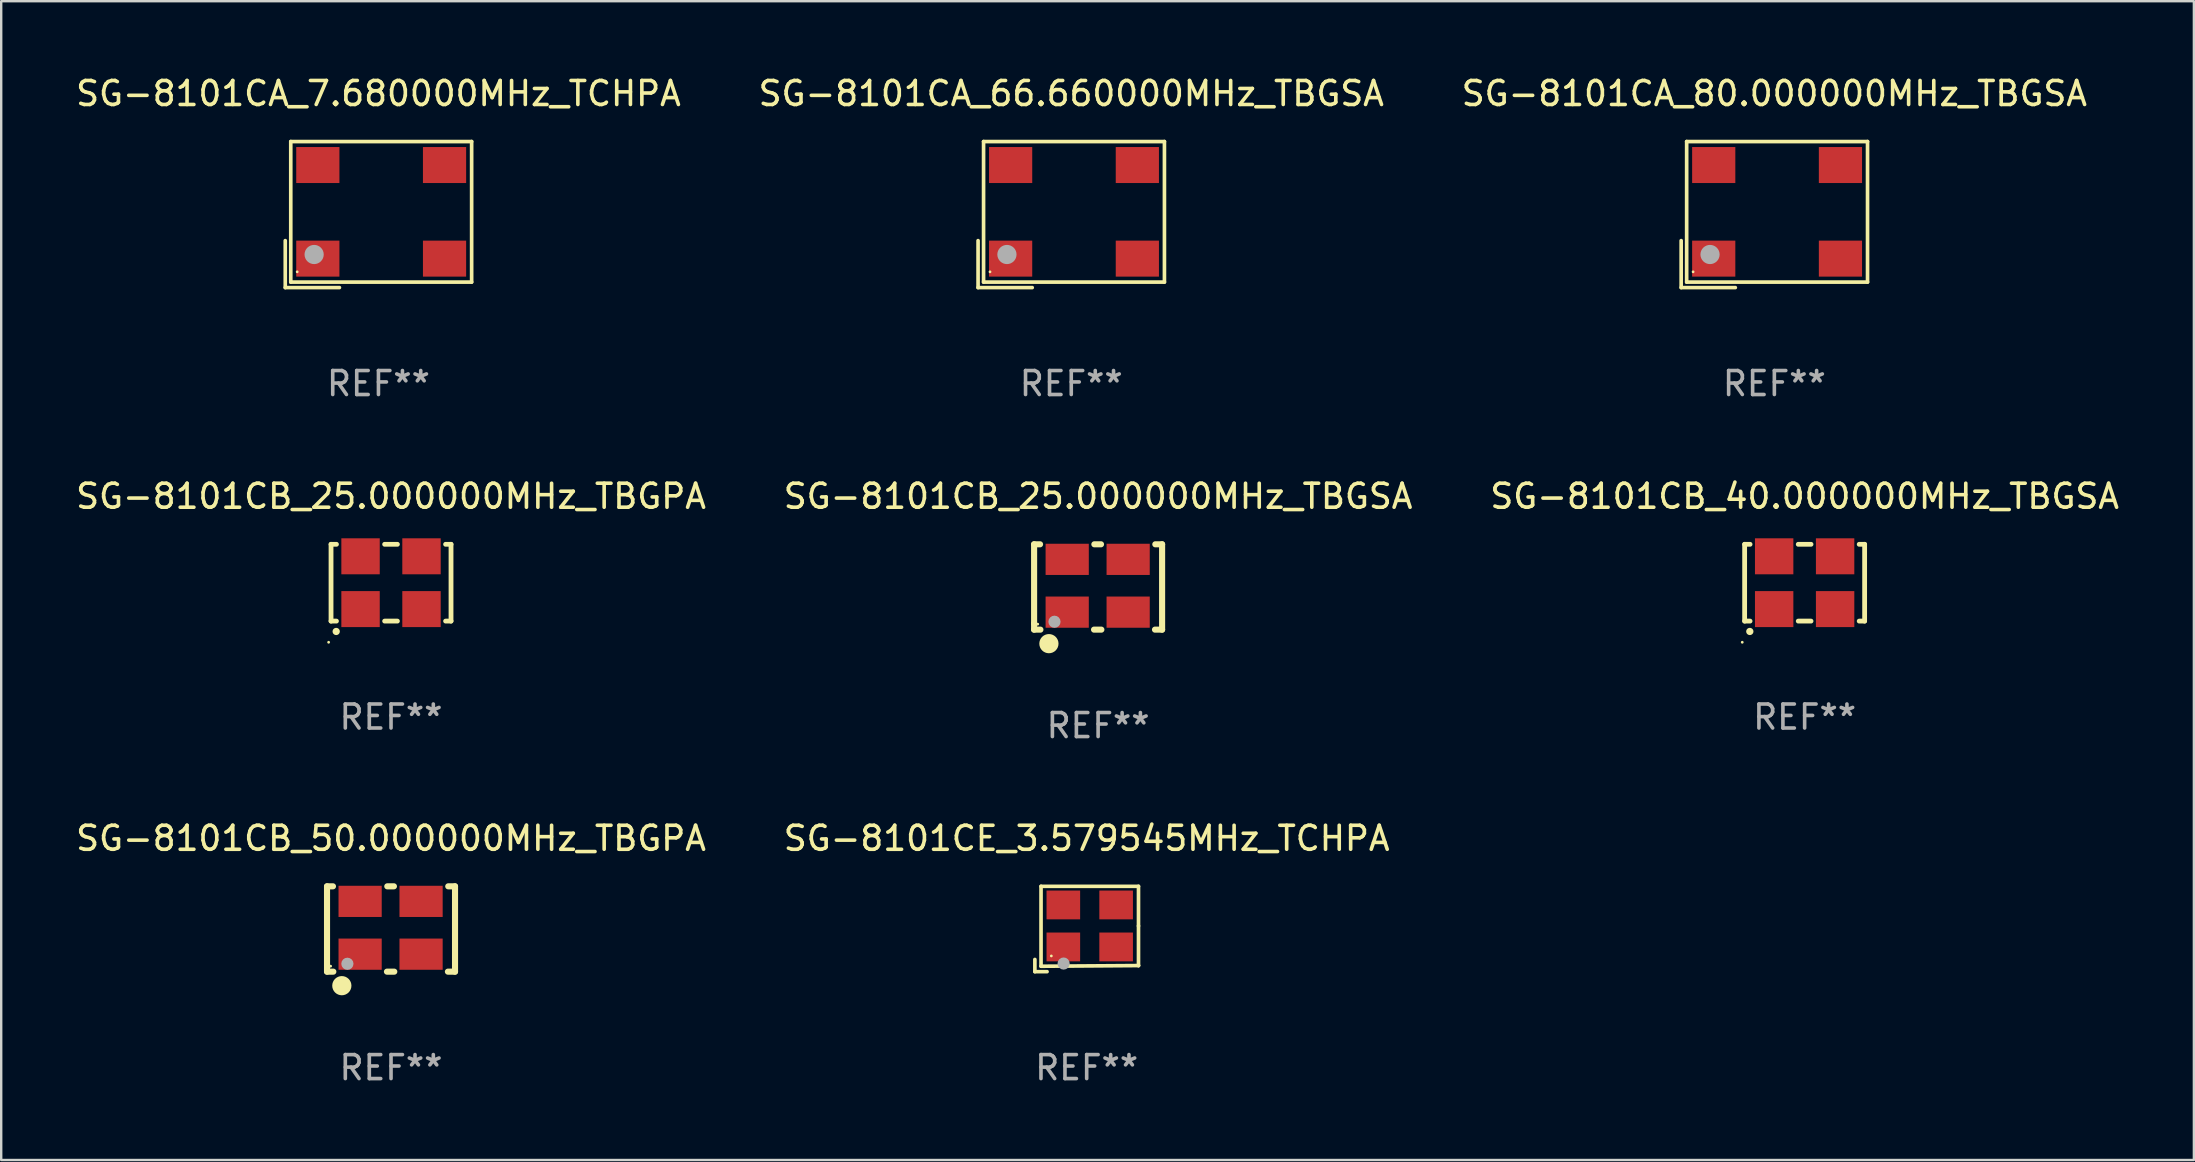
<source format=kicad_pcb>
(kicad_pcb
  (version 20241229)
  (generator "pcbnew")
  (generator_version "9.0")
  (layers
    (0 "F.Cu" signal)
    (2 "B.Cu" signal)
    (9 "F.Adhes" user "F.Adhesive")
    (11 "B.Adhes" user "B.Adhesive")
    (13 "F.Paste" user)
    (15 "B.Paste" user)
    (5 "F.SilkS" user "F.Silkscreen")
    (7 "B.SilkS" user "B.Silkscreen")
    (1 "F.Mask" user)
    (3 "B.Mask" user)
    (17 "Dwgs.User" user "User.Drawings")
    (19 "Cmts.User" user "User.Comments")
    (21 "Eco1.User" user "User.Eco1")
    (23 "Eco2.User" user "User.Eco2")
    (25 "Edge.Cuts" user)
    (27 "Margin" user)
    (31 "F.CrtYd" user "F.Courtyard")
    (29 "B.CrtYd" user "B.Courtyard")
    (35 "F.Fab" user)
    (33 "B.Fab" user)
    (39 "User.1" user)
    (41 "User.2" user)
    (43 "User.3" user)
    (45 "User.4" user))
  (footprint "SG-8101CB_25.000000MHz_TBGSA"
    (layer "F.Cu")
    (at 42.708 21.409)
    (property "Reference" "SG-8101CB_25.000000MHz_TBGSA" (at 0 -3.778 0) (layer "F.SilkS") (effects (font (size 1 1) (thickness 0.15))))
    (attr through_hole)
    (fp_line (start -2.667 -1.778) (end -2.419 -1.778) (stroke (width 0.254) (type solid)) (layer "F.SilkS"))
    (fp_line (start -2.667 1.524) (end -2.667 -1.778) (stroke (width 0.254) (type solid)) (layer "F.SilkS"))
    (fp_line (start -2.667 1.778) (end -2.667 1.524) (stroke (width 0.254) (type solid)) (layer "F.SilkS"))
    (fp_line (start -2.404 1.778) (end -2.667 1.778) (stroke (width 0.254) (type solid)) (layer "F.SilkS"))
    (fp_line (start -0.156 -1.778) (end 0.121 -1.778) (stroke (width 0.254) (type solid)) (layer "F.SilkS"))
    (fp_line (start 0.136 1.778) (end -0.17 1.778) (stroke (width 0.254) (type solid)) (layer "F.SilkS"))
    (fp_line (start 2.384 -1.778) (end 2.667 -1.778) (stroke (width 0.254) (type solid)) (layer "F.SilkS"))
    (fp_line (start 2.667 -1.778) (end 2.667 1.778) (stroke (width 0.254) (type solid)) (layer "F.SilkS"))
    (fp_line (start 2.667 1.778) (end 2.37 1.778) (stroke (width 0.254) (type solid)) (layer "F.SilkS"))
    (fp_circle (center -2.517 1.549) (end -2.487 1.549) (stroke (width 0.06) (type solid)) (fill no) (layer "F.SilkS"))
    (fp_circle (center -2.05 2.362) (end -1.85 2.362) (stroke (width 0.4) (type solid)) (fill no) (layer "F.SilkS"))
    (fp_circle (center -1.818 1.449) (end -1.691 1.449) (stroke (width 0.254) (type solid)) (fill no) (layer "F.Fab"))
    (fp_text user "REF**" (at 0 5.778 0) (layer "F.Fab") (effects (font (size 1 1) (thickness 0.15))))
    (pad "1" smd rect (at -1.288 1.049) (size 1.8 1.3) (layers "F.Cu" "F.Mask" "F.Paste"))
    (pad "2" smd rect (at 1.252 1.049) (size 1.8 1.3) (layers "F.Cu" "F.Mask" "F.Paste"))
    (pad "3" smd rect (at 1.252 -1.151 180) (size 1.8 1.3) (layers "F.Cu" "F.Mask" "F.Paste"))
    (pad "4" smd rect (at -1.288 -1.151) (size 1.8 1.3) (layers "F.Cu" "F.Mask" "F.Paste")))
  (footprint "SG-8101CA_7.680000MHz_TCHPA"
    (layer "F.Cu")
    (at 12.72 5.891)
    (property "Reference" "SG-8101CA_7.680000MHz_TCHPA" (at 0 -5.043 0) (layer "F.SilkS") (effects (font (size 1 1) (thickness 0.15))))
    (attr through_hole)
    (fp_line (start -3.883 1.086) (end -3.883 3.043) (stroke (width 0.152) (type solid)) (layer "F.SilkS"))
    (fp_line (start -3.883 3.043) (end -1.626 3.043) (stroke (width 0.152) (type solid)) (layer "F.SilkS"))
    (fp_line (start -3.654 -3.043) (end 3.883 -3.043) (stroke (width 0.152) (type solid)) (layer "F.SilkS"))
    (fp_line (start -3.654 2.814) (end -3.654 -3.043) (stroke (width 0.152) (type solid)) (layer "F.SilkS"))
    (fp_line (start 3.883 -3.043) (end 3.883 2.814) (stroke (width 0.152) (type solid)) (layer "F.SilkS"))
    (fp_line (start 3.883 2.814) (end -3.654 2.814) (stroke (width 0.152) (type solid)) (layer "F.SilkS"))
    (fp_circle (center -3.386 2.386) (end -3.356 2.386) (stroke (width 0.06) (type solid)) (fill no) (layer "F.SilkS"))
    (fp_circle (center -2.68 1.664) (end -2.48 1.664) (stroke (width 0.4) (type solid)) (fill no) (layer "F.Fab"))
    (fp_text user "REF**" (at 0 7.043 0) (layer "F.Fab") (effects (font (size 1 1) (thickness 0.15))))
    (pad "1" smd rect (at -2.526 1.836) (size 1.8 1.5) (layers "F.Cu" "F.Mask" "F.Paste"))
    (pad "2" smd rect (at 2.754 1.836) (size 1.8 1.5) (layers "F.Cu" "F.Mask" "F.Paste"))
    (pad "3" smd rect (at 2.754 -2.064) (size 1.8 1.5) (layers "F.Cu" "F.Mask" "F.Paste"))
    (pad "4" smd rect (at -2.526 -2.064) (size 1.8 1.5) (layers "F.Cu" "F.Mask" "F.Paste")))
  (footprint "SG-8101CA_80.000000MHz_TBGSA"
    (layer "F.Cu")
    (at 70.887 5.891)
    (property "Reference" "SG-8101CA_80.000000MHz_TBGSA" (at 0 -5.043 0) (layer "F.SilkS") (effects (font (size 1 1) (thickness 0.15))))
    (attr through_hole)
    (fp_line (start -3.883 1.086) (end -3.883 3.043) (stroke (width 0.152) (type solid)) (layer "F.SilkS"))
    (fp_line (start -3.883 3.043) (end -1.626 3.043) (stroke (width 0.152) (type solid)) (layer "F.SilkS"))
    (fp_line (start -3.654 -3.043) (end 3.883 -3.043) (stroke (width 0.152) (type solid)) (layer "F.SilkS"))
    (fp_line (start -3.654 2.814) (end -3.654 -3.043) (stroke (width 0.152) (type solid)) (layer "F.SilkS"))
    (fp_line (start 3.883 -3.043) (end 3.883 2.814) (stroke (width 0.152) (type solid)) (layer "F.SilkS"))
    (fp_line (start 3.883 2.814) (end -3.654 2.814) (stroke (width 0.152) (type solid)) (layer "F.SilkS"))
    (fp_circle (center -3.386 2.386) (end -3.356 2.386) (stroke (width 0.06) (type solid)) (fill no) (layer "F.SilkS"))
    (fp_circle (center -2.68 1.664) (end -2.48 1.664) (stroke (width 0.4) (type solid)) (fill no) (layer "F.Fab"))
    (fp_text user "REF**" (at 0 7.043 0) (layer "F.Fab") (effects (font (size 1 1) (thickness 0.15))))
    (pad "1" smd rect (at -2.526 1.836) (size 1.8 1.5) (layers "F.Cu" "F.Mask" "F.Paste"))
    (pad "2" smd rect (at 2.754 1.836) (size 1.8 1.5) (layers "F.Cu" "F.Mask" "F.Paste"))
    (pad "3" smd rect (at 2.754 -2.064) (size 1.8 1.5) (layers "F.Cu" "F.Mask" "F.Paste"))
    (pad "4" smd rect (at -2.526 -2.064) (size 1.8 1.5) (layers "F.Cu" "F.Mask" "F.Paste")))
  (footprint "SG-8101CB_40.000000MHz_TBGSA"
    (layer "F.Cu")
    (at 72.149 21.231)
    (property "Reference" "SG-8101CB_40.000000MHz_TBGSA" (at 0 -3.6 0) (layer "F.SilkS") (effects (font (size 1 1) (thickness 0.15))))
    (attr through_hole)
    (fp_line (start -2.5 -1.6) (end -2.274 -1.6) (stroke (width 0.2) (type solid)) (layer "F.SilkS"))
    (fp_line (start -2.5 1.6) (end -2.5 -1.6) (stroke (width 0.2) (type solid)) (layer "F.SilkS"))
    (fp_line (start -2.5 1.6) (end -2.274 1.6) (stroke (width 0.2) (type solid)) (layer "F.SilkS"))
    (fp_line (start -0.266 -1.6) (end 0.266 -1.6) (stroke (width 0.2) (type solid)) (layer "F.SilkS"))
    (fp_line (start -0.266 1.6) (end 0.266 1.6) (stroke (width 0.2) (type solid)) (layer "F.SilkS"))
    (fp_line (start 2.274 -1.6) (end 2.5 -1.6) (stroke (width 0.2) (type solid)) (layer "F.SilkS"))
    (fp_line (start 2.274 1.6) (end 2.5 1.6) (stroke (width 0.2) (type solid)) (layer "F.SilkS"))
    (fp_line (start 2.5 1.6) (end 2.5 -1.6) (stroke (width 0.2) (type solid)) (layer "F.SilkS"))
    (fp_arc (start -2.286005 2.032004) (mid -2.284735 2.031999) (end -2.283465 2.032004) (stroke (width 0.3) (type solid)) (layer "F.SilkS"))
    (fp_circle (center -2.6 2.482) (end -2.57 2.482) (stroke (width 0.06) (type solid)) (fill no) (layer "F.SilkS"))
    (fp_text user "REF**" (at 0 5.6 0) (layer "F.Fab") (effects (font (size 1 1) (thickness 0.15))))
    (pad "1" smd rect (at -1.27 1.1 90) (size 1.5 1.6) (layers "F.Cu" "F.Mask" "F.Paste"))
    (pad "2" smd rect (at 1.27 1.1 90) (size 1.5 1.6) (layers "F.Cu" "F.Mask" "F.Paste"))
    (pad "3" smd rect (at 1.27 -1.1 90) (size 1.5 1.6) (layers "F.Cu" "F.Mask" "F.Paste"))
    (pad "4" smd rect (at -1.27 -1.1 90) (size 1.5 1.6) (layers "F.Cu" "F.Mask" "F.Paste")))
  (footprint "SG-8101CA_66.660000MHz_TBGSA"
    (layer "F.Cu")
    (at 41.589 5.891)
    (property "Reference" "SG-8101CA_66.660000MHz_TBGSA" (at 0 -5.043 0) (layer "F.SilkS") (effects (font (size 1 1) (thickness 0.15))))
    (attr through_hole)
    (fp_line (start -3.883 1.086) (end -3.883 3.043) (stroke (width 0.152) (type solid)) (layer "F.SilkS"))
    (fp_line (start -3.883 3.043) (end -1.626 3.043) (stroke (width 0.152) (type solid)) (layer "F.SilkS"))
    (fp_line (start -3.654 -3.043) (end 3.883 -3.043) (stroke (width 0.152) (type solid)) (layer "F.SilkS"))
    (fp_line (start -3.654 2.814) (end -3.654 -3.043) (stroke (width 0.152) (type solid)) (layer "F.SilkS"))
    (fp_line (start 3.883 -3.043) (end 3.883 2.814) (stroke (width 0.152) (type solid)) (layer "F.SilkS"))
    (fp_line (start 3.883 2.814) (end -3.654 2.814) (stroke (width 0.152) (type solid)) (layer "F.SilkS"))
    (fp_circle (center -3.386 2.386) (end -3.356 2.386) (stroke (width 0.06) (type solid)) (fill no) (layer "F.SilkS"))
    (fp_circle (center -2.68 1.664) (end -2.48 1.664) (stroke (width 0.4) (type solid)) (fill no) (layer "F.Fab"))
    (fp_text user "REF**" (at 0 7.043 0) (layer "F.Fab") (effects (font (size 1 1) (thickness 0.15))))
    (pad "1" smd rect (at -2.526 1.836) (size 1.8 1.5) (layers "F.Cu" "F.Mask" "F.Paste"))
    (pad "2" smd rect (at 2.754 1.836) (size 1.8 1.5) (layers "F.Cu" "F.Mask" "F.Paste"))
    (pad "3" smd rect (at 2.754 -2.064) (size 1.8 1.5) (layers "F.Cu" "F.Mask" "F.Paste"))
    (pad "4" smd rect (at -2.526 -2.064) (size 1.8 1.5) (layers "F.Cu" "F.Mask" "F.Paste")))
  (footprint "SG-8101CB_25.000000MHz_TBGPA"
    (layer "F.Cu")
    (at 13.244 21.231)
    (property "Reference" "SG-8101CB_25.000000MHz_TBGPA" (at 0 -3.6 0) (layer "F.SilkS") (effects (font (size 1 1) (thickness 0.15))))
    (attr through_hole)
    (fp_line (start -2.5 -1.6) (end -2.274 -1.6) (stroke (width 0.2) (type solid)) (layer "F.SilkS"))
    (fp_line (start -2.5 1.6) (end -2.5 -1.6) (stroke (width 0.2) (type solid)) (layer "F.SilkS"))
    (fp_line (start -2.5 1.6) (end -2.274 1.6) (stroke (width 0.2) (type solid)) (layer "F.SilkS"))
    (fp_line (start -0.266 -1.6) (end 0.266 -1.6) (stroke (width 0.2) (type solid)) (layer "F.SilkS"))
    (fp_line (start -0.266 1.6) (end 0.266 1.6) (stroke (width 0.2) (type solid)) (layer "F.SilkS"))
    (fp_line (start 2.274 -1.6) (end 2.5 -1.6) (stroke (width 0.2) (type solid)) (layer "F.SilkS"))
    (fp_line (start 2.274 1.6) (end 2.5 1.6) (stroke (width 0.2) (type solid)) (layer "F.SilkS"))
    (fp_line (start 2.5 1.6) (end 2.5 -1.6) (stroke (width 0.2) (type solid)) (layer "F.SilkS"))
    (fp_arc (start -2.286005 2.032004) (mid -2.284735 2.031999) (end -2.283465 2.032004) (stroke (width 0.3) (type solid)) (layer "F.SilkS"))
    (fp_circle (center -2.6 2.482) (end -2.57 2.482) (stroke (width 0.06) (type solid)) (fill no) (layer "F.SilkS"))
    (fp_text user "REF**" (at 0 5.6 0) (layer "F.Fab") (effects (font (size 1 1) (thickness 0.15))))
    (pad "1" smd rect (at -1.27 1.1 90) (size 1.5 1.6) (layers "F.Cu" "F.Mask" "F.Paste"))
    (pad "2" smd rect (at 1.27 1.1 90) (size 1.5 1.6) (layers "F.Cu" "F.Mask" "F.Paste"))
    (pad "3" smd rect (at 1.27 -1.1 90) (size 1.5 1.6) (layers "F.Cu" "F.Mask" "F.Paste"))
    (pad "4" smd rect (at -1.27 -1.1 90) (size 1.5 1.6) (layers "F.Cu" "F.Mask" "F.Paste")))
  (footprint "SG-8101CE_3.579545MHz_TCHPA"
    (layer "F.Cu")
    (at 42.232 35.661)
    (property "Reference" "SG-8101CE_3.579545MHz_TCHPA" (at 0 -3.778 0) (layer "F.SilkS") (effects (font (size 1 1) (thickness 0.15))))
    (attr through_hole)
    (fp_line (start -2.159 1.27) (end -2.159 1.778) (stroke (width 0.152) (type solid)) (layer "F.SilkS"))
    (fp_line (start -2.159 1.778) (end -1.651 1.778) (stroke (width 0.152) (type solid)) (layer "F.SilkS"))
    (fp_line (start -1.902 -1.778) (end 2.159 -1.778) (stroke (width 0.152) (type solid)) (layer "F.SilkS"))
    (fp_line (start -1.902 1.552) (end -1.902 -1.778) (stroke (width 0.152) (type solid)) (layer "F.SilkS"))
    (fp_line (start 2.159 -1.778) (end 2.159 -0.127) (stroke (width 0.152) (type solid)) (layer "F.SilkS"))
    (fp_line (start 2.159 -0.127) (end 2.159 1.524) (stroke (width 0.152) (type solid)) (layer "F.SilkS"))
    (fp_line (start 2.159 1.524) (end -1.902 1.552) (stroke (width 0.152) (type solid)) (layer "F.SilkS"))
    (fp_line (start 2.159 1.524) (end 2.159 1.524) (stroke (width 0.152) (type solid)) (layer "F.SilkS"))
    (fp_circle (center -1.473 1.123) (end -1.443 1.123) (stroke (width 0.06) (type solid)) (fill no) (layer "F.SilkS"))
    (fp_circle (center -0.961 1.44) (end -0.834 1.44) (stroke (width 0.254) (type solid)) (fill no) (layer "F.Fab"))
    (fp_text user "REF**" (at 0 5.778 0) (layer "F.Fab") (effects (font (size 1 1) (thickness 0.15))))
    (pad "1" smd rect (at -0.973 0.748) (size 1.4 1.2) (layers "F.Cu" "F.Mask" "F.Paste"))
    (pad "2" smd rect (at 1.227 0.748) (size 1.4 1.2) (layers "F.Cu" "F.Mask" "F.Paste"))
    (pad "3" smd rect (at 1.227 -1.002) (size 1.4 1.2) (layers "F.Cu" "F.Mask" "F.Paste"))
    (pad "4" smd rect (at -0.973 -1.002) (size 1.4 1.2) (layers "F.Cu" "F.Mask" "F.Paste")))
  (footprint "SG-8101CB_50.000000MHz_TBGPA"
    (layer "F.Cu")
    (at 13.244 35.661)
    (property "Reference" "SG-8101CB_50.000000MHz_TBGPA" (at 0 -3.778 0) (layer "F.SilkS") (effects (font (size 1 1) (thickness 0.15))))
    (attr through_hole)
    (fp_line (start -2.667 -1.778) (end -2.419 -1.778) (stroke (width 0.254) (type solid)) (layer "F.SilkS"))
    (fp_line (start -2.667 1.524) (end -2.667 -1.778) (stroke (width 0.254) (type solid)) (layer "F.SilkS"))
    (fp_line (start -2.667 1.778) (end -2.667 1.524) (stroke (width 0.254) (type solid)) (layer "F.SilkS"))
    (fp_line (start -2.404 1.778) (end -2.667 1.778) (stroke (width 0.254) (type solid)) (layer "F.SilkS"))
    (fp_line (start -0.156 -1.778) (end 0.121 -1.778) (stroke (width 0.254) (type solid)) (layer "F.SilkS"))
    (fp_line (start 0.136 1.778) (end -0.17 1.778) (stroke (width 0.254) (type solid)) (layer "F.SilkS"))
    (fp_line (start 2.384 -1.778) (end 2.667 -1.778) (stroke (width 0.254) (type solid)) (layer "F.SilkS"))
    (fp_line (start 2.667 -1.778) (end 2.667 1.778) (stroke (width 0.254) (type solid)) (layer "F.SilkS"))
    (fp_line (start 2.667 1.778) (end 2.37 1.778) (stroke (width 0.254) (type solid)) (layer "F.SilkS"))
    (fp_circle (center -2.517 1.549) (end -2.487 1.549) (stroke (width 0.06) (type solid)) (fill no) (layer "F.SilkS"))
    (fp_circle (center -2.05 2.362) (end -1.85 2.362) (stroke (width 0.4) (type solid)) (fill no) (layer "F.SilkS"))
    (fp_circle (center -1.818 1.449) (end -1.691 1.449) (stroke (width 0.254) (type solid)) (fill no) (layer "F.Fab"))
    (fp_text user "REF**" (at 0 5.778 0) (layer "F.Fab") (effects (font (size 1 1) (thickness 0.15))))
    (pad "1" smd rect (at -1.288 1.049) (size 1.8 1.3) (layers "F.Cu" "F.Mask" "F.Paste"))
    (pad "2" smd rect (at 1.252 1.049) (size 1.8 1.3) (layers "F.Cu" "F.Mask" "F.Paste"))
    (pad "3" smd rect (at 1.252 -1.151 180) (size 1.8 1.3) (layers "F.Cu" "F.Mask" "F.Paste"))
    (pad "4" smd rect (at -1.288 -1.151) (size 1.8 1.3) (layers "F.Cu" "F.Mask" "F.Paste")))
  (gr_rect
    (start -3 -3)
    (end 88.369 45.287)
    (stroke (width 0.1) (type default))
    (fill no)
    (layer "Edge.Cuts")))
</source>
